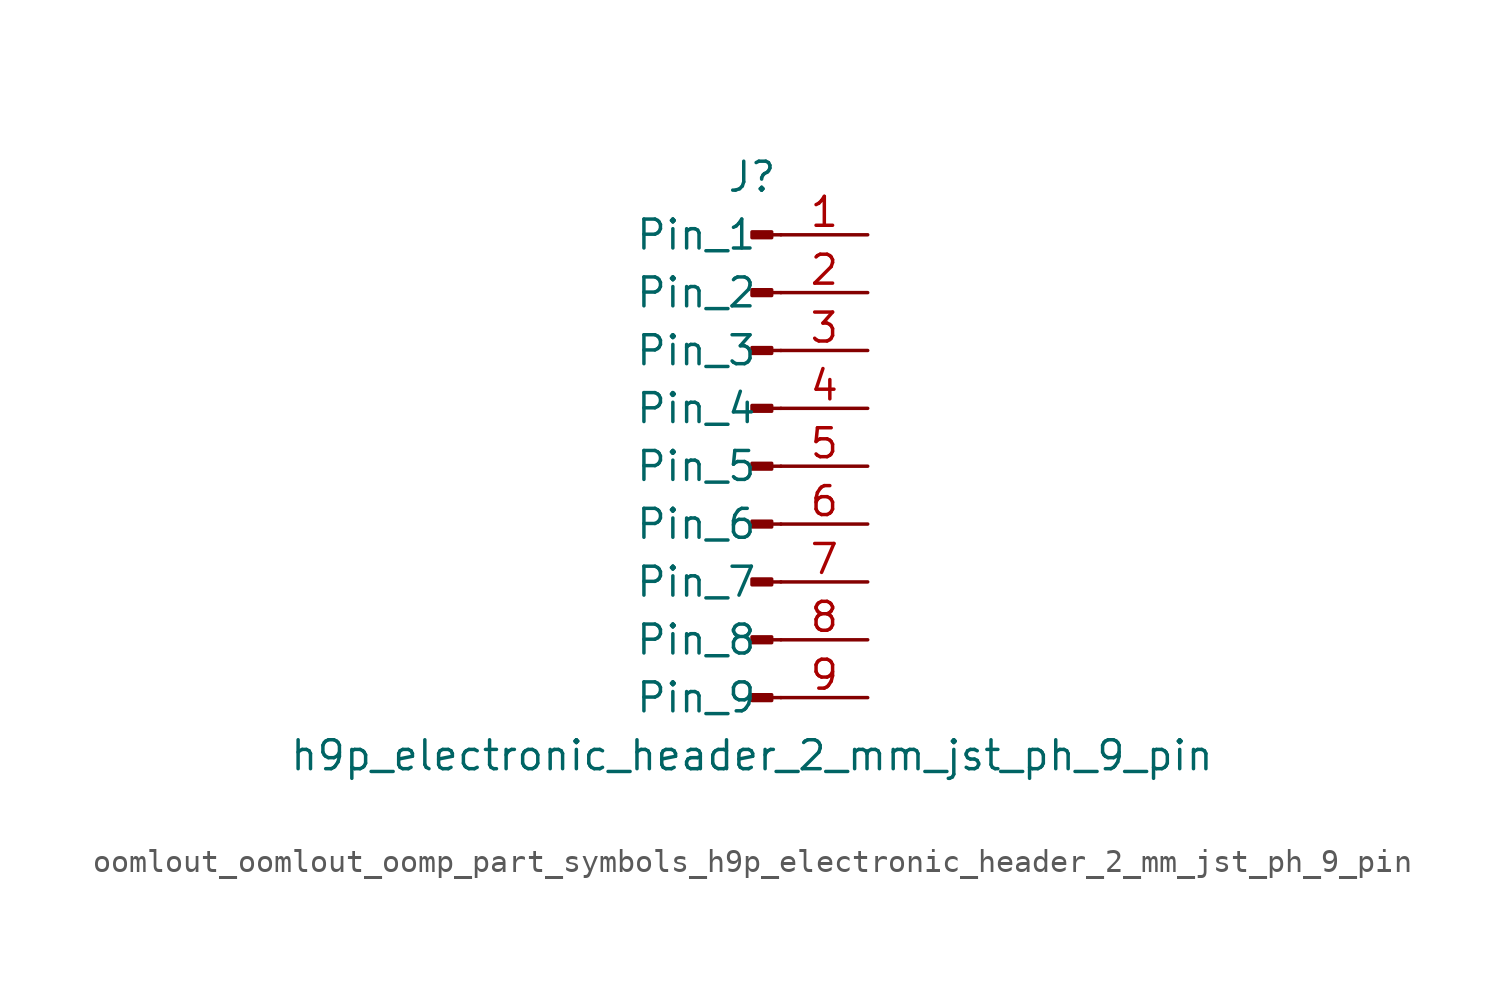
<source format=kicad_sym>
(kicad_symbol_lib
  (version 20220914)
  (generator kicad_symbol_editor)
  (symbol "oomlout_oomlout_oomp_part_symbols_h9p_electronic_header_2_mm_jst_ph_9_pin"
    (pin_names
      (offset 1.016))
    (property "Reference" "J"
      (at 0 12.7 0)
      (effects (font (size 1.27 1.27))))
    (property "Value" "h9p_electronic_header_2_mm_jst_ph_9_pin"
      (at 0 -12.7 0)
      (effects (font (size 1.27 1.27))))
    (property "ki_locked" ""
      (at 0 0 0)
      (effects (font (size 1.27 1.27))))
    (symbol "oomlout_oomlout_oomp_part_symbols_h9p_electronic_header_2_mm_jst_ph_9_pin_1_1"
      (polyline (pts (xy 1.27 -10.16) (xy 0.864 -10.16)) (stroke (width 0.152) (type default)) (fill (type none)))
      (polyline (pts (xy 1.27 -7.62) (xy 0.864 -7.62)) (stroke (width 0.152) (type default)) (fill (type none)))
      (polyline (pts (xy 1.27 -5.08) (xy 0.864 -5.08)) (stroke (width 0.152) (type default)) (fill (type none)))
      (polyline (pts (xy 1.27 -2.54) (xy 0.864 -2.54)) (stroke (width 0.152) (type default)) (fill (type none)))
      (polyline (pts (xy 1.27 0) (xy 0.864 0)) (stroke (width 0.152) (type default)) (fill (type none)))
      (polyline (pts (xy 1.27 2.54) (xy 0.864 2.54)) (stroke (width 0.152) (type default)) (fill (type none)))
      (polyline (pts (xy 1.27 5.08) (xy 0.864 5.08)) (stroke (width 0.152) (type default)) (fill (type none)))
      (polyline (pts (xy 1.27 7.62) (xy 0.864 7.62)) (stroke (width 0.152) (type default)) (fill (type none)))
      (polyline (pts (xy 1.27 10.16) (xy 0.864 10.16)) (stroke (width 0.152) (type default)) (fill (type none)))
      (rectangle (start 0.864 -10.033) (end 0 -10.287) (stroke (width 0.152) (type default)) (fill (type outline)))
      (rectangle (start 0.864 -7.493) (end 0 -7.747) (stroke (width 0.152) (type default)) (fill (type outline)))
      (rectangle (start 0.864 -4.953) (end 0 -5.207) (stroke (width 0.152) (type default)) (fill (type outline)))
      (rectangle (start 0.864 -2.413) (end 0 -2.667) (stroke (width 0.152) (type default)) (fill (type outline)))
      (rectangle (start 0.864 0.127) (end 0 -0.127) (stroke (width 0.152) (type default)) (fill (type outline)))
      (rectangle (start 0.864 2.667) (end 0 2.413) (stroke (width 0.152) (type default)) (fill (type outline)))
      (rectangle (start 0.864 5.207) (end 0 4.953) (stroke (width 0.152) (type default)) (fill (type outline)))
      (rectangle (start 0.864 7.747) (end 0 7.493) (stroke (width 0.152) (type default)) (fill (type outline)))
      (rectangle (start 0.864 10.287) (end 0 10.033) (stroke (width 0.152) (type default)) (fill (type outline)))
      (pin passive line (at 5.08 10.16 180) (length 3.81) (name "Pin_1" (effects (font (size 1.27 1.27)))) (number "1" (effects (font (size 1.27 1.27)))))
      (pin passive line (at 5.08 7.62 180) (length 3.81) (name "Pin_2" (effects (font (size 1.27 1.27)))) (number "2" (effects (font (size 1.27 1.27)))))
      (pin passive line (at 5.08 5.08 180) (length 3.81) (name "Pin_3" (effects (font (size 1.27 1.27)))) (number "3" (effects (font (size 1.27 1.27)))))
      (pin passive line (at 5.08 2.54 180) (length 3.81) (name "Pin_4" (effects (font (size 1.27 1.27)))) (number "4" (effects (font (size 1.27 1.27)))))
      (pin passive line (at 5.08 0 180) (length 3.81) (name "Pin_5" (effects (font (size 1.27 1.27)))) (number "5" (effects (font (size 1.27 1.27)))))
      (pin passive line (at 5.08 -2.54 180) (length 3.81) (name "Pin_6" (effects (font (size 1.27 1.27)))) (number "6" (effects (font (size 1.27 1.27)))))
      (pin passive line (at 5.08 -5.08 180) (length 3.81) (name "Pin_7" (effects (font (size 1.27 1.27)))) (number "7" (effects (font (size 1.27 1.27)))))
      (pin passive line (at 5.08 -7.62 180) (length 3.81) (name "Pin_8" (effects (font (size 1.27 1.27)))) (number "8" (effects (font (size 1.27 1.27)))))
      (pin passive line (at 5.08 -10.16 180) (length 3.81) (name "Pin_9" (effects (font (size 1.27 1.27)))) (number "9" (effects (font (size 1.27 1.27))))))))
</source>
